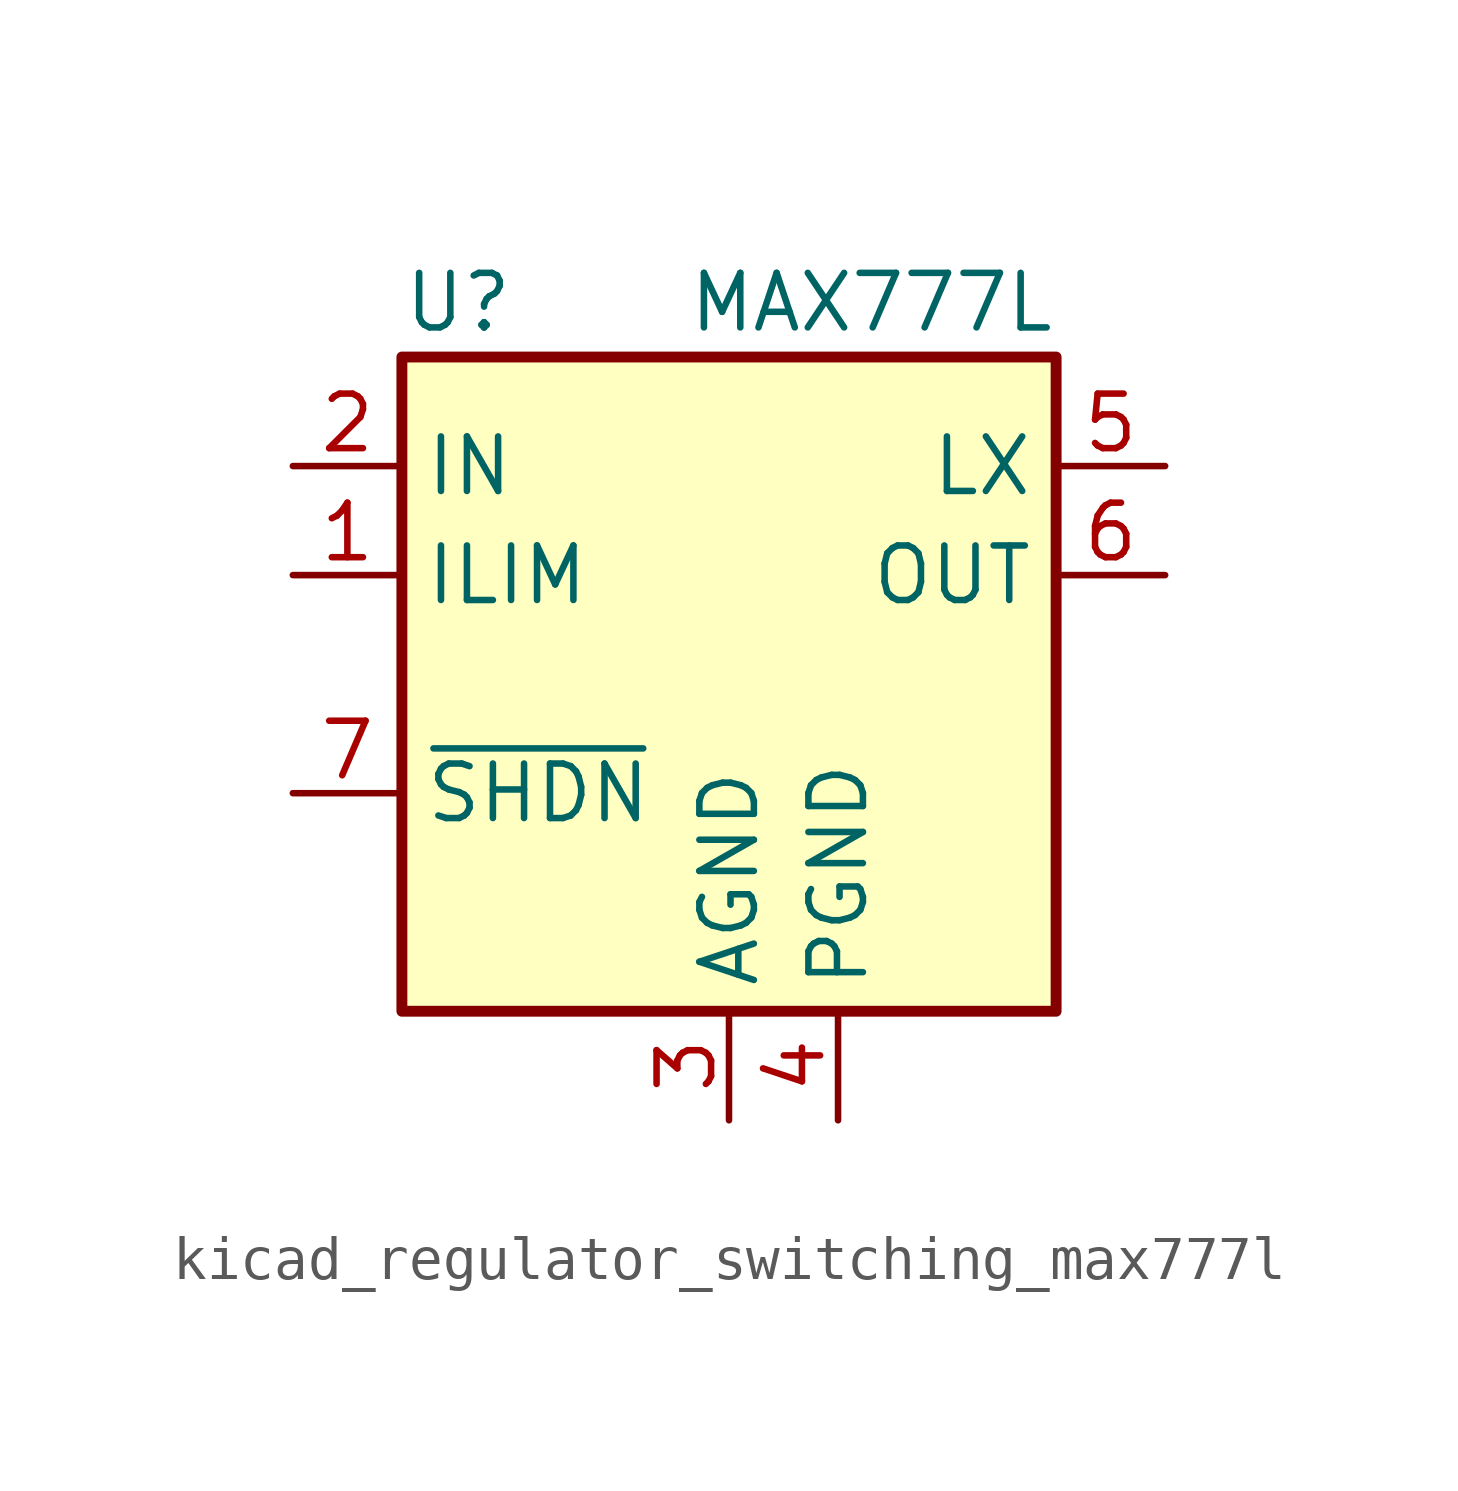
<source format=kicad_sym>
(kicad_symbol_lib
  (version 20220914)
  (generator kicad_symbol_editor)
  (symbol "kicad_regulator_switching_max777l"
    (property "Reference" "U"
      (at -7.62 8.89 0)
      (effects (font (size 1.27 1.27)) (justify left)))
    (property "Value" "MAX777L"
      (at 7.62 8.89 0)
      (effects (font (size 1.27 1.27)) (justify right)))
    (symbol "kicad_regulator_switching_max777l_0_1"
      (rectangle (start -7.62 7.62) (end 7.62 -7.62) (stroke (width 0.254) (type default)) (fill (type background))))
    (symbol "kicad_regulator_switching_max777l_1_1"
      (pin input line (at -10.16 2.54 0) (length 2.54) (name "ILIM" (effects (font (size 1.27 1.27)))) (number "1" (effects (font (size 1.27 1.27)))))
      (pin power_in line (at -10.16 5.08 0) (length 2.54) (name "IN" (effects (font (size 1.27 1.27)))) (number "2" (effects (font (size 1.27 1.27)))))
      (pin power_in line (at 0 -10.16 90) (length 2.54) (name "AGND" (effects (font (size 1.27 1.27)))) (number "3" (effects (font (size 1.27 1.27)))))
      (pin power_in line (at 2.54 -10.16 90) (length 2.54) (name "PGND" (effects (font (size 1.27 1.27)))) (number "4" (effects (font (size 1.27 1.27)))))
      (pin passive line (at 10.16 5.08 180) (length 2.54) (name "LX" (effects (font (size 1.27 1.27)))) (number "5" (effects (font (size 1.27 1.27)))))
      (pin power_out line (at 10.16 2.54 180) (length 2.54) (name "OUT" (effects (font (size 1.27 1.27)))) (number "6" (effects (font (size 1.27 1.27)))))
      (pin input line (at -10.16 -2.54 0) (length 2.54) (name "~{SHDN}" (effects (font (size 1.27 1.27)))) (number "7" (effects (font (size 1.27 1.27)))))
      (pin no_connect line (at 7.62 0 180) (length 2.54) hide (name "NC" (effects (font (size 1.27 1.27)))) (number "8" (effects (font (size 1.27 1.27))))))))
</source>
